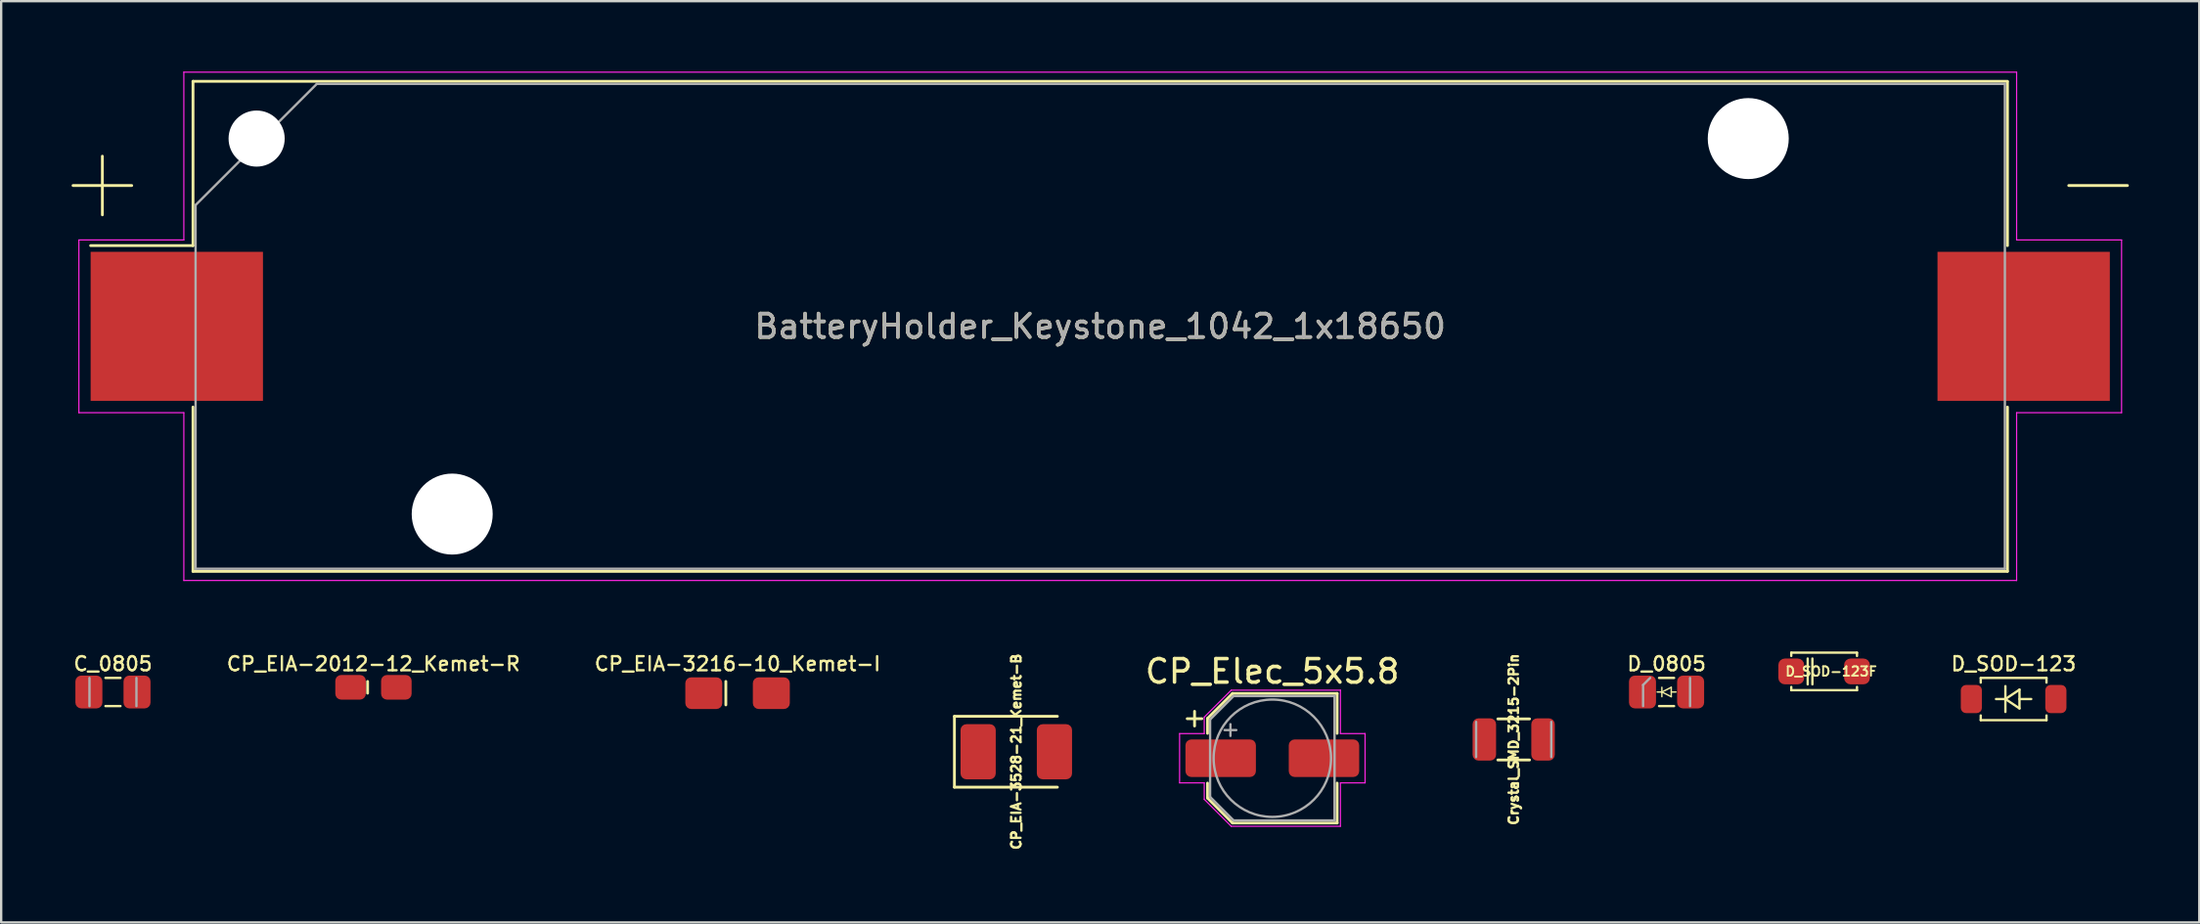
<source format=kicad_pcb>
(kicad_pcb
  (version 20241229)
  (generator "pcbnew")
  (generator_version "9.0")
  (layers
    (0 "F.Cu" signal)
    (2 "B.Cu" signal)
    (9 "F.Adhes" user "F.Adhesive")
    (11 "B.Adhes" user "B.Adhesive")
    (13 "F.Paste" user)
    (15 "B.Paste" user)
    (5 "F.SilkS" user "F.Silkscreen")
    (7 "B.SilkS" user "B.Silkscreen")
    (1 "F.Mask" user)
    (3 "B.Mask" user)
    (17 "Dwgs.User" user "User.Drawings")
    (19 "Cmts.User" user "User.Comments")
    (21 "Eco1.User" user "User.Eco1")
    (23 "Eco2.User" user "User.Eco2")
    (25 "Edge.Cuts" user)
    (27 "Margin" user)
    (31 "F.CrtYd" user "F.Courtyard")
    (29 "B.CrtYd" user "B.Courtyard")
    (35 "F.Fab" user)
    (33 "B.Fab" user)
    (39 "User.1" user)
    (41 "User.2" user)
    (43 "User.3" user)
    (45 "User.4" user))
  (footprint "D_0805"
    (layer "F.Cu")
    (at 67.931 26.436)
    (property "Reference" "D_0805" (at 0 -1.2 0) (layer "F.SilkS") (effects (font (size 0.6 0.6) (thickness 0.1))))
    (attr smd)
    (fp_line (start -0.4 0) (end -0.2 0) (stroke (width 0.06) (type solid)) (layer "F.SilkS"))
    (fp_line (start -0.2 -0.2) (end -0.2 0.2) (stroke (width 0.06) (type solid)) (layer "F.SilkS"))
    (fp_line (start 0.2 -0.2) (end -0.2 0) (stroke (width 0.06) (type solid)) (layer "F.SilkS"))
    (fp_line (start 0.2 -0.2) (end 0.2 0.2) (stroke (width 0.06) (type solid)) (layer "F.SilkS"))
    (fp_line (start 0.2 0) (end 0.4 0) (stroke (width 0.06) (type solid)) (layer "F.SilkS"))
    (fp_line (start 0.2 0.2) (end -0.2 0) (stroke (width 0.06) (type solid)) (layer "F.SilkS"))
    (fp_line (start 0.32 -0.6) (end -0.32 -0.6) (stroke (width 0.1) (type solid)) (layer "F.SilkS"))
    (fp_line (start 0.32 0.6) (end -0.32 0.6) (stroke (width 0.1) (type solid)) (layer "F.SilkS"))
    (fp_line (start -1 -0.3) (end -1 0.6) (stroke (width 0.1) (type solid)) (layer "F.Fab"))
    (fp_line (start -0.7 -0.6) (end -1 -0.3) (stroke (width 0.1) (type solid)) (layer "F.Fab"))
    (fp_line (start 1 0.6) (end 1 -0.6) (stroke (width 0.1) (type solid)) (layer "F.Fab"))
    (pad "1" smd roundrect (at -1.025 0) (size 1.15 1.4) (layers "F.Cu" "F.Mask" "F.Paste") (roundrect_rratio 0.217))
    (pad "2" smd roundrect (at 1.025 0) (size 1.15 1.4) (layers "F.Cu" "F.Mask" "F.Paste") (roundrect_rratio 0.217)))
  (footprint "D_SOD-123"
    (layer "F.Cu")
    (at 82.712 26.736)
    (property "Reference" "D_SOD-123" (at 0 -1.5 0) (layer "F.SilkS") (effects (font (size 0.6 0.6) (thickness 0.1))))
    (attr smd)
    (fp_line (start -1.4 -0.9) (end -1.4 -0.7) (stroke (width 0.1) (type solid)) (layer "F.SilkS"))
    (fp_line (start -1.4 -0.9) (end 1.4 -0.9) (stroke (width 0.1) (type solid)) (layer "F.SilkS"))
    (fp_line (start -1.4 0.9) (end -1.4 0.7) (stroke (width 0.1) (type solid)) (layer "F.SilkS"))
    (fp_line (start -0.75 0) (end -0.35 0) (stroke (width 0.1) (type solid)) (layer "F.SilkS"))
    (fp_line (start -0.35 0) (end -0.35 -0.55) (stroke (width 0.1) (type solid)) (layer "F.SilkS"))
    (fp_line (start -0.35 0) (end -0.35 0.55) (stroke (width 0.1) (type solid)) (layer "F.SilkS"))
    (fp_line (start -0.35 0) (end 0.25 -0.4) (stroke (width 0.1) (type solid)) (layer "F.SilkS"))
    (fp_line (start 0.25 -0.4) (end 0.25 0.4) (stroke (width 0.1) (type solid)) (layer "F.SilkS"))
    (fp_line (start 0.25 0) (end 0.75 0) (stroke (width 0.1) (type solid)) (layer "F.SilkS"))
    (fp_line (start 0.25 0.4) (end -0.35 0) (stroke (width 0.1) (type solid)) (layer "F.SilkS"))
    (fp_line (start 1.4 -0.9) (end 1.4 -0.7) (stroke (width 0.1) (type solid)) (layer "F.SilkS"))
    (fp_line (start 1.4 0.9) (end -1.4 0.9) (stroke (width 0.1) (type solid)) (layer "F.SilkS"))
    (fp_line (start 1.4 0.9) (end 1.4 0.7) (stroke (width 0.1) (type solid)) (layer "F.SilkS"))
    (pad "1" smd roundrect (at -1.8 0) (size 0.9 1.2) (layers "F.Cu" "F.Mask" "F.Paste") (roundrect_rratio 0.25))
    (pad "2" smd roundrect (at 1.8 0) (size 0.9 1.2) (layers "F.Cu" "F.Mask" "F.Paste") (roundrect_rratio 0.25)))
  (footprint "BatteryHolder_Keystone_1042_1x18650"
    (layer "F.Cu")
    (at 43.81 10.855)
    (property "Reference" "BatteryHolder_Keystone_1042_1x18650" (at 0 0 0) (layer "F.SilkS") (effects (font (size 1 1) (thickness 0.15))))
    (attr smd)
    (fp_line (start -43.75 -6) (end -41.25 -6) (stroke (width 0.12) (type solid)) (layer "F.SilkS"))
    (fp_line (start -42.5 -4.75) (end -42.5 -7.25) (stroke (width 0.12) (type solid)) (layer "F.SilkS"))
    (fp_line (start -38.64 -10.44) (end -38.64 -3.44) (stroke (width 0.12) (type solid)) (layer "F.SilkS"))
    (fp_line (start -38.64 -3.44) (end -43 -3.44) (stroke (width 0.12) (type solid)) (layer "F.SilkS"))
    (fp_line (start -38.64 10.44) (end -38.64 3.44) (stroke (width 0.12) (type solid)) (layer "F.SilkS"))
    (fp_line (start 38.64 -10.44) (end -38.64 -10.44) (stroke (width 0.12) (type solid)) (layer "F.SilkS"))
    (fp_line (start 38.64 -3.44) (end 38.64 -10.42) (stroke (width 0.12) (type solid)) (layer "F.SilkS"))
    (fp_line (start 38.64 3.44) (end 38.64 10.44) (stroke (width 0.12) (type solid)) (layer "F.SilkS"))
    (fp_line (start 38.64 10.44) (end -38.64 10.44) (stroke (width 0.12) (type solid)) (layer "F.SilkS"))
    (fp_line (start 43.75 -6) (end 41.25 -6) (stroke (width 0.12) (type solid)) (layer "F.SilkS"))
    (fp_line (start -43.5 -3.68) (end -39.03 -3.68) (stroke (width 0.05) (type solid)) (layer "F.CrtYd"))
    (fp_line (start -43.5 3.68) (end -43.5 -3.68) (stroke (width 0.05) (type solid)) (layer "F.CrtYd"))
    (fp_line (start -39.03 -10.83) (end -39.03 -3.68) (stroke (width 0.05) (type solid)) (layer "F.CrtYd"))
    (fp_line (start -39.03 -10.83) (end 39.03 -10.83) (stroke (width 0.05) (type solid)) (layer "F.CrtYd"))
    (fp_line (start -39.03 3.68) (end -43.5 3.68) (stroke (width 0.05) (type solid)) (layer "F.CrtYd"))
    (fp_line (start -39.03 10.83) (end -39.03 3.68) (stroke (width 0.05) (type solid)) (layer "F.CrtYd"))
    (fp_line (start -39.03 10.83) (end 39.03 10.83) (stroke (width 0.05) (type solid)) (layer "F.CrtYd"))
    (fp_line (start 39.03 -10.83) (end 39.03 -3.68) (stroke (width 0.05) (type solid)) (layer "F.CrtYd"))
    (fp_line (start 39.03 3.68) (end 43.5 3.68) (stroke (width 0.05) (type solid)) (layer "F.CrtYd"))
    (fp_line (start 39.03 10.83) (end 39.03 3.68) (stroke (width 0.05) (type solid)) (layer "F.CrtYd"))
    (fp_line (start 43.5 -3.68) (end 39.03 -3.68) (stroke (width 0.05) (type solid)) (layer "F.CrtYd"))
    (fp_line (start 43.5 3.68) (end 43.5 -3.68) (stroke (width 0.05) (type solid)) (layer "F.CrtYd"))
    (fp_line (start -38.53 -5.168) (end -38.53 10.33) (stroke (width 0.1) (type solid)) (layer "F.Fab"))
    (fp_line (start -38.53 10.33) (end 38.53 10.33) (stroke (width 0.1) (type solid)) (layer "F.Fab"))
    (fp_line (start -33.367 -10.33) (end -38.53 -5.168) (stroke (width 0.1) (type solid)) (layer "F.Fab"))
    (fp_line (start -33.367 -10.33) (end 38.53 -10.33) (stroke (width 0.1) (type solid)) (layer "F.Fab"))
    (fp_line (start 38.53 -10.33) (end 38.53 10.33) (stroke (width 0.1) (type solid)) (layer "F.Fab"))
    (fp_text user "${REFERENCE}" (at 0 0 0) (layer "F.Fab") (effects (font (size 1 1) (thickness 0.15))))
    (pad "" np_thru_hole circle (at -35.93 -8) (size 2.39 2.39) (drill 2.39) (layers "*.Cu" "*.Mask"))
    (pad "" np_thru_hole circle (at -27.6 8) (size 3.45 3.45) (drill 3.45) (layers "*.Cu" "*.Mask"))
    (pad "" np_thru_hole circle (at 27.6 -8) (size 3.45 3.45) (drill 3.45) (layers "*.Cu" "*.Mask"))
    (pad "1" smd rect (at -39.33 0) (size 7.34 6.35) (layers "F.Cu" "F.Mask" "F.Paste"))
    (pad "2" smd rect (at 39.33 0) (size 7.34 6.35) (layers "F.Cu" "F.Mask" "F.Paste")))
  (footprint "CP_EIA-3528-21_Kemet-B"
    (layer "F.Cu")
    (at 40.235 28.982)
    (property "Reference" "CP_EIA-3528-21_Kemet-B" (at 0 0 90) (layer "F.SilkS") (effects (font (size 0.4 0.4) (thickness 0.1))))
    (attr smd)
    (fp_line (start -2.635 -1.51) (end -2.635 1.51) (stroke (width 0.12) (type solid)) (layer "F.SilkS"))
    (fp_line (start -2.635 1.51) (end 1.75 1.51) (stroke (width 0.12) (type solid)) (layer "F.SilkS"))
    (fp_line (start 1.75 -1.51) (end -2.635 -1.51) (stroke (width 0.12) (type solid)) (layer "F.SilkS"))
    (pad "1" smd roundrect (at -1.625 0) (size 1.5 2.35) (layers "F.Cu" "F.Mask" "F.Paste") (roundrect_rratio 0.167))
    (pad "2" smd roundrect (at 1.625 0) (size 1.5 2.35) (layers "F.Cu" "F.Mask" "F.Paste") (roundrect_rratio 0.167)))
  (footprint "C_0805"
    (layer "F.Cu")
    (at 1.761 26.436)
    (property "Reference" "C_0805" (at 0 -1.2 0) (layer "F.SilkS") (effects (font (size 0.6 0.6) (thickness 0.1))))
    (attr smd)
    (fp_line (start -0.32 -0.6) (end 0.32 -0.6) (stroke (width 0.1) (type solid)) (layer "F.SilkS"))
    (fp_line (start -0.32 0.6) (end 0.32 0.6) (stroke (width 0.1) (type solid)) (layer "F.SilkS"))
    (fp_line (start -1 0.6) (end -1 -0.6) (stroke (width 0.1) (type solid)) (layer "F.Fab"))
    (fp_line (start 1 -0.6) (end 1 0.6) (stroke (width 0.1) (type solid)) (layer "F.Fab"))
    (pad "1" smd roundrect (at -1.025 0) (size 1.15 1.4) (layers "F.Cu" "F.Mask" "F.Paste") (roundrect_rratio 0.217))
    (pad "2" smd roundrect (at 1.025 0) (size 1.15 1.4) (layers "F.Cu" "F.Mask" "F.Paste") (roundrect_rratio 0.217)))
  (footprint "CP_EIA-2012-12_Kemet-R"
    (layer "F.Cu")
    (at 12.856 26.236)
    (property "Reference" "CP_EIA-2012-12_Kemet-R" (at 0 -1 0) (layer "F.SilkS") (effects (font (size 0.6 0.6) (thickness 0.1))))
    (attr smd)
    (fp_line (start -0.25 -0.25) (end -0.25 0.25) (stroke (width 0.12) (type solid)) (layer "F.SilkS"))
    (pad "1" smd roundrect (at -0.975 0) (size 1.3 1.05) (layers "F.Cu" "F.Mask" "F.Paste") (roundrect_rratio 0.238))
    (pad "2" smd roundrect (at 0.975 0) (size 1.3 1.05) (layers "F.Cu" "F.Mask" "F.Paste") (roundrect_rratio 0.238)))
  (footprint "CP_Elec_5x5.8"
    (layer "F.Cu")
    (at 51.14 29.258)
    (property "Reference" "CP_Elec_5x5.8" (at 0 -3.7 0) (layer "F.SilkS") (effects (font (size 1 1) (thickness 0.15))))
    (attr smd)
    (fp_line (start -3.625 -1.685) (end -3 -1.685) (stroke (width 0.12) (type solid)) (layer "F.SilkS"))
    (fp_line (start -3.312 -1.998) (end -3.312 -1.373) (stroke (width 0.12) (type solid)) (layer "F.SilkS"))
    (fp_line (start -2.76 -1.696) (end -2.76 -1.06) (stroke (width 0.12) (type solid)) (layer "F.SilkS"))
    (fp_line (start -2.76 -1.696) (end -1.696 -2.76) (stroke (width 0.12) (type solid)) (layer "F.SilkS"))
    (fp_line (start -2.76 1.696) (end -2.76 1.06) (stroke (width 0.12) (type solid)) (layer "F.SilkS"))
    (fp_line (start -2.76 1.696) (end -1.696 2.76) (stroke (width 0.12) (type solid)) (layer "F.SilkS"))
    (fp_line (start -1.696 -2.76) (end 2.76 -2.76) (stroke (width 0.12) (type solid)) (layer "F.SilkS"))
    (fp_line (start -1.696 2.76) (end 2.76 2.76) (stroke (width 0.12) (type solid)) (layer "F.SilkS"))
    (fp_line (start 2.76 -2.76) (end 2.76 -1.06) (stroke (width 0.12) (type solid)) (layer "F.SilkS"))
    (fp_line (start 2.76 2.76) (end 2.76 1.06) (stroke (width 0.12) (type solid)) (layer "F.SilkS"))
    (fp_line (start -3.95 -1.05) (end -3.95 1.05) (stroke (width 0.05) (type solid)) (layer "F.CrtYd"))
    (fp_line (start -3.95 1.05) (end -2.9 1.05) (stroke (width 0.05) (type solid)) (layer "F.CrtYd"))
    (fp_line (start -2.9 -1.75) (end -2.9 -1.05) (stroke (width 0.05) (type solid)) (layer "F.CrtYd"))
    (fp_line (start -2.9 -1.75) (end -1.75 -2.9) (stroke (width 0.05) (type solid)) (layer "F.CrtYd"))
    (fp_line (start -2.9 -1.05) (end -3.95 -1.05) (stroke (width 0.05) (type solid)) (layer "F.CrtYd"))
    (fp_line (start -2.9 1.05) (end -2.9 1.75) (stroke (width 0.05) (type solid)) (layer "F.CrtYd"))
    (fp_line (start -2.9 1.75) (end -1.75 2.9) (stroke (width 0.05) (type solid)) (layer "F.CrtYd"))
    (fp_line (start -1.75 -2.9) (end 2.9 -2.9) (stroke (width 0.05) (type solid)) (layer "F.CrtYd"))
    (fp_line (start -1.75 2.9) (end 2.9 2.9) (stroke (width 0.05) (type solid)) (layer "F.CrtYd"))
    (fp_line (start 2.9 -2.9) (end 2.9 -1.05) (stroke (width 0.05) (type solid)) (layer "F.CrtYd"))
    (fp_line (start 2.9 -1.05) (end 3.95 -1.05) (stroke (width 0.05) (type solid)) (layer "F.CrtYd"))
    (fp_line (start 2.9 1.05) (end 2.9 2.9) (stroke (width 0.05) (type solid)) (layer "F.CrtYd"))
    (fp_line (start 3.95 -1.05) (end 3.95 1.05) (stroke (width 0.05) (type solid)) (layer "F.CrtYd"))
    (fp_line (start 3.95 1.05) (end 2.9 1.05) (stroke (width 0.05) (type solid)) (layer "F.CrtYd"))
    (fp_line (start -2.65 -1.65) (end -2.65 1.65) (stroke (width 0.1) (type solid)) (layer "F.Fab"))
    (fp_line (start -2.65 -1.65) (end -1.65 -2.65) (stroke (width 0.1) (type solid)) (layer "F.Fab"))
    (fp_line (start -2.65 1.65) (end -1.65 2.65) (stroke (width 0.1) (type solid)) (layer "F.Fab"))
    (fp_line (start -2.034 -1.2) (end -1.534 -1.2) (stroke (width 0.1) (type solid)) (layer "F.Fab"))
    (fp_line (start -1.784 -1.45) (end -1.784 -0.95) (stroke (width 0.1) (type solid)) (layer "F.Fab"))
    (fp_line (start -1.65 -2.65) (end 2.65 -2.65) (stroke (width 0.1) (type solid)) (layer "F.Fab"))
    (fp_line (start -1.65 2.65) (end 2.65 2.65) (stroke (width 0.1) (type solid)) (layer "F.Fab"))
    (fp_line (start 2.65 -2.65) (end 2.65 2.65) (stroke (width 0.1) (type solid)) (layer "F.Fab"))
    (fp_circle (center 0 0) (end 2.5 0) (stroke (width 0.1) (type solid)) (fill no) (layer "F.Fab"))
    (pad "1" smd roundrect (at -2.2 0) (size 3 1.6) (layers "F.Cu" "F.Mask" "F.Paste") (roundrect_rratio 0.156))
    (pad "2" smd roundrect (at 2.2 0) (size 3 1.6) (layers "F.Cu" "F.Mask" "F.Paste") (roundrect_rratio 0.156)))
  (footprint "Crystal_SMD_3215-2Pin"
    (layer "F.Cu")
    (at 61.42 28.458)
    (property "Reference" "Crystal_SMD_3215-2Pin" (at 0 0 90) (layer "F.SilkS") (effects (font (size 0.4 0.4) (thickness 0.1))))
    (attr smd)
    (fp_line (start -0.675 -0.875) (end 0.675 -0.875) (stroke (width 0.12) (type solid)) (layer "F.SilkS"))
    (fp_line (start -0.675 0.875) (end 0.675 0.875) (stroke (width 0.12) (type solid)) (layer "F.SilkS"))
    (fp_line (start -1.6 -0.75) (end -1.6 0.75) (stroke (width 0.1) (type solid)) (layer "F.Fab"))
    (fp_line (start 1.6 -0.75) (end 1.6 0.75) (stroke (width 0.1) (type solid)) (layer "F.Fab"))
    (pad "1" smd roundrect (at 1.25 0) (size 1 1.8) (layers "F.Cu" "F.Mask" "F.Paste") (roundrect_rratio 0.25))
    (pad "2" smd roundrect (at -1.25 0) (size 1 1.8) (layers "F.Cu" "F.Mask" "F.Paste") (roundrect_rratio 0.25)))
  (footprint "CP_EIA-3216-10_Kemet-I"
    (layer "F.Cu")
    (at 28.364 26.486)
    (property "Reference" "CP_EIA-3216-10_Kemet-I" (at 0 -1.25 0) (layer "F.SilkS") (effects (font (size 0.6 0.6) (thickness 0.1))))
    (attr smd)
    (fp_line (start -0.5 -0.5) (end -0.5 0.5) (stroke (width 0.12) (type solid)) (layer "F.SilkS"))
    (pad "1" smd roundrect (at -1.438 0) (size 1.575 1.35) (layers "F.Cu" "F.Mask" "F.Paste") (roundrect_rratio 0.185))
    (pad "2" smd roundrect (at 1.438 0) (size 1.575 1.35) (layers "F.Cu" "F.Mask" "F.Paste") (roundrect_rratio 0.185)))
  (footprint "D_SOD-123F"
    (layer "F.Cu")
    (at 74.642 25.56)
    (property "Reference" "D_SOD-123F" (at 0.3 0 180) (layer "F.SilkS") (effects (font (size 0.4 0.4) (thickness 0.08))))
    (attr smd)
    (fp_line (start -1.4 -0.8) (end 1.4 -0.8) (stroke (width 0.1) (type solid)) (layer "F.SilkS"))
    (fp_line (start -1.4 -0.66) (end -1.4 -0.8) (stroke (width 0.1) (type solid)) (layer "F.SilkS"))
    (fp_line (start -1.4 0.8) (end -1.4 0.66) (stroke (width 0.1) (type solid)) (layer "F.SilkS"))
    (fp_line (start -0.7 0.55) (end -0.7 -0.55) (stroke (width 0.1) (type solid)) (layer "F.SilkS"))
    (fp_line (start -0.5 0.55) (end -0.5 -0.55) (stroke (width 0.1) (type solid)) (layer "F.SilkS"))
    (fp_line (start 1.4 -0.8) (end 1.4 -0.66) (stroke (width 0.1) (type solid)) (layer "F.SilkS"))
    (fp_line (start 1.4 0.66) (end 1.4 0.8) (stroke (width 0.1) (type solid)) (layer "F.SilkS"))
    (fp_line (start 1.4 0.8) (end -1.4 0.8) (stroke (width 0.1) (type solid)) (layer "F.SilkS"))
    (pad "1" smd roundrect (at -1.4 0) (size 1.1 1.1) (layers "F.Cu" "F.Mask" "F.Paste") (roundrect_rratio 0.25))
    (pad "2" smd roundrect (at 1.4 0) (size 1.1 1.1) (layers "F.Cu" "F.Mask" "F.Paste") (roundrect_rratio 0.25)))
  (gr_rect
    (start -3 -3)
    (end 90.62 36.254)
    (stroke (width 0.1) (type default))
    (fill no)
    (layer "Edge.Cuts")))
</source>
